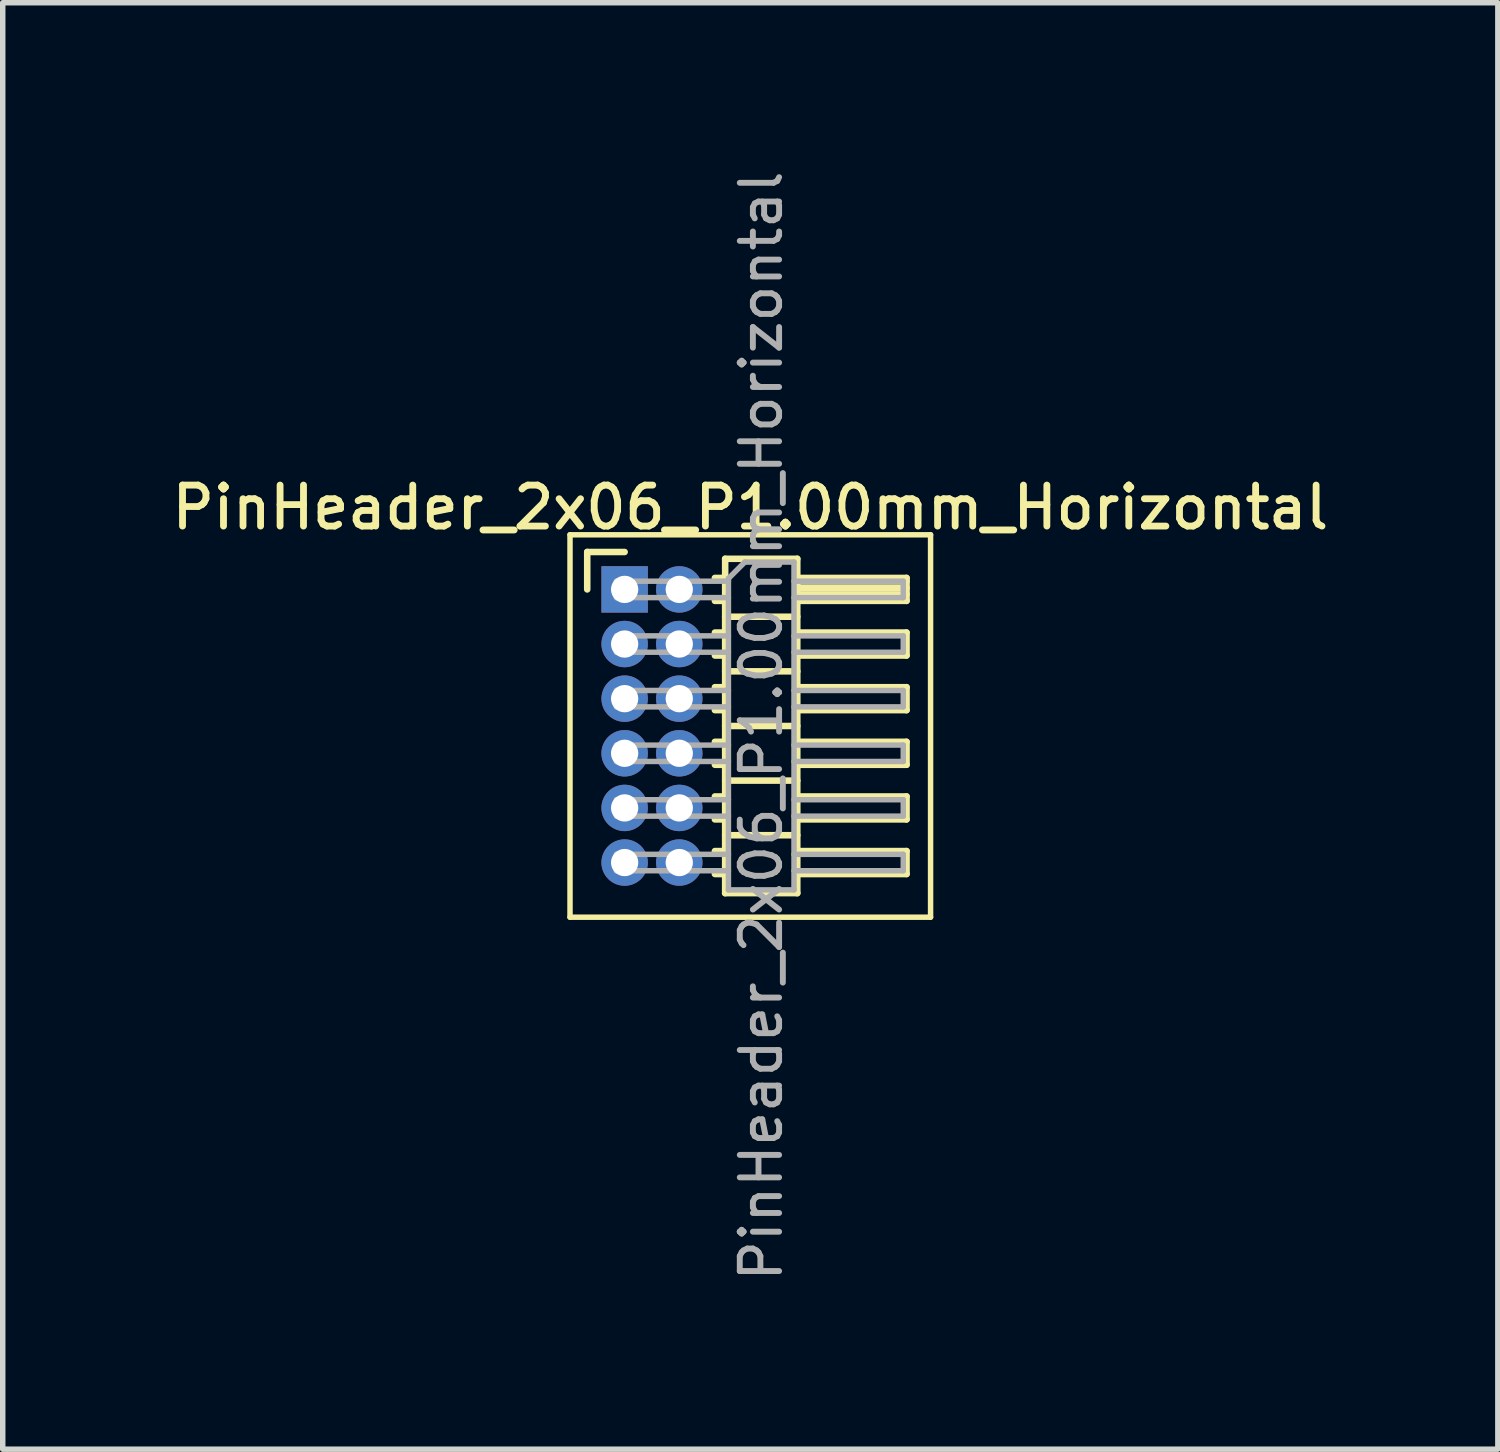
<source format=kicad_pcb>
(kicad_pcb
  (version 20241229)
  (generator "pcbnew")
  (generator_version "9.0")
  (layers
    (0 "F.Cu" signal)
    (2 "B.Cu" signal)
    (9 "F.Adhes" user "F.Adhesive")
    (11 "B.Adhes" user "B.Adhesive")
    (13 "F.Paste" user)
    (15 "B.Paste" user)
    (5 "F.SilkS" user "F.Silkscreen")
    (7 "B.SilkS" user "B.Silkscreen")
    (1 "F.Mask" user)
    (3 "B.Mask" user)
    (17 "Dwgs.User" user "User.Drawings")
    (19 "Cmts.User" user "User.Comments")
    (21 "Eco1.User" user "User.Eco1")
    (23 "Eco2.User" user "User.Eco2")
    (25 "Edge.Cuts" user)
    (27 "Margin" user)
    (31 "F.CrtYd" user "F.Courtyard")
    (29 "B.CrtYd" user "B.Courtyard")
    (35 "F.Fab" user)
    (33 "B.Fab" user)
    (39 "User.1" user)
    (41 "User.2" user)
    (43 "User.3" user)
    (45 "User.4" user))
  (footprint "PinHeader_2x06_P1.00mm_Horizontal"
    (layer "F.Cu")
    (at 8.384 7.739)
    (property "Reference" "PinHeader_2x06_P1.00mm_Horizontal" (at 2.3 -1.5 0) (layer "F.SilkS") (effects (font (size 0.75 0.75) (thickness 0.125))))
    (attr through_hole)
    (fp_line (start -1 -1) (end -1 6) (stroke (width 0.1) (type solid)) (layer "F.SilkS"))
    (fp_line (start -1 6) (end 5.6 6) (stroke (width 0.1) (type solid)) (layer "F.SilkS"))
    (fp_line (start -0.685 -0.685) (end 0 -0.685) (stroke (width 0.12) (type solid)) (layer "F.SilkS"))
    (fp_line (start -0.685 0) (end -0.685 -0.685) (stroke (width 0.12) (type solid)) (layer "F.SilkS"))
    (fp_line (start 1.652 -0.21) (end 1.84 -0.21) (stroke (width 0.12) (type solid)) (layer "F.SilkS"))
    (fp_line (start 1.652 0.21) (end 1.84 0.21) (stroke (width 0.12) (type solid)) (layer "F.SilkS"))
    (fp_line (start 1.652 0.79) (end 1.84 0.79) (stroke (width 0.12) (type solid)) (layer "F.SilkS"))
    (fp_line (start 1.652 1.21) (end 1.84 1.21) (stroke (width 0.12) (type solid)) (layer "F.SilkS"))
    (fp_line (start 1.652 1.79) (end 1.84 1.79) (stroke (width 0.12) (type solid)) (layer "F.SilkS"))
    (fp_line (start 1.652 2.21) (end 1.84 2.21) (stroke (width 0.12) (type solid)) (layer "F.SilkS"))
    (fp_line (start 1.652 2.79) (end 1.84 2.79) (stroke (width 0.12) (type solid)) (layer "F.SilkS"))
    (fp_line (start 1.652 3.21) (end 1.84 3.21) (stroke (width 0.12) (type solid)) (layer "F.SilkS"))
    (fp_line (start 1.652 3.79) (end 1.84 3.79) (stroke (width 0.12) (type solid)) (layer "F.SilkS"))
    (fp_line (start 1.652 4.21) (end 1.84 4.21) (stroke (width 0.12) (type solid)) (layer "F.SilkS"))
    (fp_line (start 1.652 4.79) (end 1.84 4.79) (stroke (width 0.12) (type solid)) (layer "F.SilkS"))
    (fp_line (start 1.652 5.21) (end 1.84 5.21) (stroke (width 0.12) (type solid)) (layer "F.SilkS"))
    (fp_line (start 1.84 -0.56) (end 1.84 5.56) (stroke (width 0.12) (type solid)) (layer "F.SilkS"))
    (fp_line (start 1.84 0.5) (end 3.16 0.5) (stroke (width 0.12) (type solid)) (layer "F.SilkS"))
    (fp_line (start 1.84 1.5) (end 3.16 1.5) (stroke (width 0.12) (type solid)) (layer "F.SilkS"))
    (fp_line (start 1.84 2.5) (end 3.16 2.5) (stroke (width 0.12) (type solid)) (layer "F.SilkS"))
    (fp_line (start 1.84 3.5) (end 3.16 3.5) (stroke (width 0.12) (type solid)) (layer "F.SilkS"))
    (fp_line (start 1.84 4.5) (end 3.16 4.5) (stroke (width 0.12) (type solid)) (layer "F.SilkS"))
    (fp_line (start 1.84 5.56) (end 3.16 5.56) (stroke (width 0.12) (type solid)) (layer "F.SilkS"))
    (fp_line (start 3.16 -0.56) (end 1.84 -0.56) (stroke (width 0.12) (type solid)) (layer "F.SilkS"))
    (fp_line (start 3.16 -0.21) (end 5.16 -0.21) (stroke (width 0.12) (type solid)) (layer "F.SilkS"))
    (fp_line (start 3.16 -0.15) (end 5.16 -0.15) (stroke (width 0.12) (type solid)) (layer "F.SilkS"))
    (fp_line (start 3.16 -0.03) (end 5.16 -0.03) (stroke (width 0.12) (type solid)) (layer "F.SilkS"))
    (fp_line (start 3.16 0.09) (end 5.16 0.09) (stroke (width 0.12) (type solid)) (layer "F.SilkS"))
    (fp_line (start 3.16 0.79) (end 5.16 0.79) (stroke (width 0.12) (type solid)) (layer "F.SilkS"))
    (fp_line (start 3.16 1.79) (end 5.16 1.79) (stroke (width 0.12) (type solid)) (layer "F.SilkS"))
    (fp_line (start 3.16 2.79) (end 5.16 2.79) (stroke (width 0.12) (type solid)) (layer "F.SilkS"))
    (fp_line (start 3.16 3.79) (end 5.16 3.79) (stroke (width 0.12) (type solid)) (layer "F.SilkS"))
    (fp_line (start 3.16 4.79) (end 5.16 4.79) (stroke (width 0.12) (type solid)) (layer "F.SilkS"))
    (fp_line (start 3.16 5.56) (end 3.16 -0.56) (stroke (width 0.12) (type solid)) (layer "F.SilkS"))
    (fp_line (start 5.16 -0.21) (end 5.16 0.21) (stroke (width 0.12) (type solid)) (layer "F.SilkS"))
    (fp_line (start 5.16 0.21) (end 3.16 0.21) (stroke (width 0.12) (type solid)) (layer "F.SilkS"))
    (fp_line (start 5.16 0.79) (end 5.16 1.21) (stroke (width 0.12) (type solid)) (layer "F.SilkS"))
    (fp_line (start 5.16 1.21) (end 3.16 1.21) (stroke (width 0.12) (type solid)) (layer "F.SilkS"))
    (fp_line (start 5.16 1.79) (end 5.16 2.21) (stroke (width 0.12) (type solid)) (layer "F.SilkS"))
    (fp_line (start 5.16 2.21) (end 3.16 2.21) (stroke (width 0.12) (type solid)) (layer "F.SilkS"))
    (fp_line (start 5.16 2.79) (end 5.16 3.21) (stroke (width 0.12) (type solid)) (layer "F.SilkS"))
    (fp_line (start 5.16 3.21) (end 3.16 3.21) (stroke (width 0.12) (type solid)) (layer "F.SilkS"))
    (fp_line (start 5.16 3.79) (end 5.16 4.21) (stroke (width 0.12) (type solid)) (layer "F.SilkS"))
    (fp_line (start 5.16 4.21) (end 3.16 4.21) (stroke (width 0.12) (type solid)) (layer "F.SilkS"))
    (fp_line (start 5.16 4.79) (end 5.16 5.21) (stroke (width 0.12) (type solid)) (layer "F.SilkS"))
    (fp_line (start 5.16 5.21) (end 3.16 5.21) (stroke (width 0.12) (type solid)) (layer "F.SilkS"))
    (fp_line (start 5.6 -1) (end -1 -1) (stroke (width 0.1) (type solid)) (layer "F.SilkS"))
    (fp_line (start 5.6 6) (end 5.6 -1) (stroke (width 0.1) (type solid)) (layer "F.SilkS"))
    (fp_line (start -0.15 -0.15) (end -0.15 0.15) (stroke (width 0.1) (type solid)) (layer "F.Fab"))
    (fp_line (start -0.15 -0.15) (end 1.9 -0.15) (stroke (width 0.1) (type solid)) (layer "F.Fab"))
    (fp_line (start -0.15 0.15) (end 1.9 0.15) (stroke (width 0.1) (type solid)) (layer "F.Fab"))
    (fp_line (start -0.15 0.85) (end -0.15 1.15) (stroke (width 0.1) (type solid)) (layer "F.Fab"))
    (fp_line (start -0.15 0.85) (end 1.9 0.85) (stroke (width 0.1) (type solid)) (layer "F.Fab"))
    (fp_line (start -0.15 1.15) (end 1.9 1.15) (stroke (width 0.1) (type solid)) (layer "F.Fab"))
    (fp_line (start -0.15 1.85) (end -0.15 2.15) (stroke (width 0.1) (type solid)) (layer "F.Fab"))
    (fp_line (start -0.15 1.85) (end 1.9 1.85) (stroke (width 0.1) (type solid)) (layer "F.Fab"))
    (fp_line (start -0.15 2.15) (end 1.9 2.15) (stroke (width 0.1) (type solid)) (layer "F.Fab"))
    (fp_line (start -0.15 2.85) (end -0.15 3.15) (stroke (width 0.1) (type solid)) (layer "F.Fab"))
    (fp_line (start -0.15 2.85) (end 1.9 2.85) (stroke (width 0.1) (type solid)) (layer "F.Fab"))
    (fp_line (start -0.15 3.15) (end 1.9 3.15) (stroke (width 0.1) (type solid)) (layer "F.Fab"))
    (fp_line (start -0.15 3.85) (end -0.15 4.15) (stroke (width 0.1) (type solid)) (layer "F.Fab"))
    (fp_line (start -0.15 3.85) (end 1.9 3.85) (stroke (width 0.1) (type solid)) (layer "F.Fab"))
    (fp_line (start -0.15 4.15) (end 1.9 4.15) (stroke (width 0.1) (type solid)) (layer "F.Fab"))
    (fp_line (start -0.15 4.85) (end -0.15 5.15) (stroke (width 0.1) (type solid)) (layer "F.Fab"))
    (fp_line (start -0.15 4.85) (end 1.9 4.85) (stroke (width 0.1) (type solid)) (layer "F.Fab"))
    (fp_line (start -0.15 5.15) (end 1.9 5.15) (stroke (width 0.1) (type solid)) (layer "F.Fab"))
    (fp_line (start 1.9 -0.2) (end 2.2 -0.5) (stroke (width 0.1) (type solid)) (layer "F.Fab"))
    (fp_line (start 1.9 5.5) (end 1.9 -0.2) (stroke (width 0.1) (type solid)) (layer "F.Fab"))
    (fp_line (start 2.2 -0.5) (end 3.1 -0.5) (stroke (width 0.1) (type solid)) (layer "F.Fab"))
    (fp_line (start 3.1 -0.5) (end 3.1 5.5) (stroke (width 0.1) (type solid)) (layer "F.Fab"))
    (fp_line (start 3.1 -0.15) (end 5.1 -0.15) (stroke (width 0.1) (type solid)) (layer "F.Fab"))
    (fp_line (start 3.1 0.15) (end 5.1 0.15) (stroke (width 0.1) (type solid)) (layer "F.Fab"))
    (fp_line (start 3.1 0.85) (end 5.1 0.85) (stroke (width 0.1) (type solid)) (layer "F.Fab"))
    (fp_line (start 3.1 1.15) (end 5.1 1.15) (stroke (width 0.1) (type solid)) (layer "F.Fab"))
    (fp_line (start 3.1 1.85) (end 5.1 1.85) (stroke (width 0.1) (type solid)) (layer "F.Fab"))
    (fp_line (start 3.1 2.15) (end 5.1 2.15) (stroke (width 0.1) (type solid)) (layer "F.Fab"))
    (fp_line (start 3.1 2.85) (end 5.1 2.85) (stroke (width 0.1) (type solid)) (layer "F.Fab"))
    (fp_line (start 3.1 3.15) (end 5.1 3.15) (stroke (width 0.1) (type solid)) (layer "F.Fab"))
    (fp_line (start 3.1 3.85) (end 5.1 3.85) (stroke (width 0.1) (type solid)) (layer "F.Fab"))
    (fp_line (start 3.1 4.15) (end 5.1 4.15) (stroke (width 0.1) (type solid)) (layer "F.Fab"))
    (fp_line (start 3.1 4.85) (end 5.1 4.85) (stroke (width 0.1) (type solid)) (layer "F.Fab"))
    (fp_line (start 3.1 5.15) (end 5.1 5.15) (stroke (width 0.1) (type solid)) (layer "F.Fab"))
    (fp_line (start 3.1 5.5) (end 1.9 5.5) (stroke (width 0.1) (type solid)) (layer "F.Fab"))
    (fp_line (start 5.1 -0.15) (end 5.1 0.15) (stroke (width 0.1) (type solid)) (layer "F.Fab"))
    (fp_line (start 5.1 0.85) (end 5.1 1.15) (stroke (width 0.1) (type solid)) (layer "F.Fab"))
    (fp_line (start 5.1 1.85) (end 5.1 2.15) (stroke (width 0.1) (type solid)) (layer "F.Fab"))
    (fp_line (start 5.1 2.85) (end 5.1 3.15) (stroke (width 0.1) (type solid)) (layer "F.Fab"))
    (fp_line (start 5.1 3.85) (end 5.1 4.15) (stroke (width 0.1) (type solid)) (layer "F.Fab"))
    (fp_line (start 5.1 4.85) (end 5.1 5.15) (stroke (width 0.1) (type solid)) (layer "F.Fab"))
    (fp_text user "${REFERENCE}" (at 2.5 2.5 90) (layer "F.Fab") (effects (font (size 0.72 0.72) (thickness 0.108))))
    (pad "1" thru_hole rect (at 0 0) (size 0.85 0.85) (drill 0.5) (layers "*.Cu" "*.Mask"))
    (pad "2" thru_hole oval (at 1 0) (size 0.85 0.85) (drill 0.5) (layers "*.Cu" "*.Mask"))
    (pad "3" thru_hole oval (at 0 1) (size 0.85 0.85) (drill 0.5) (layers "*.Cu" "*.Mask"))
    (pad "4" thru_hole oval (at 1 1) (size 0.85 0.85) (drill 0.5) (layers "*.Cu" "*.Mask"))
    (pad "5" thru_hole oval (at 0 2) (size 0.85 0.85) (drill 0.5) (layers "*.Cu" "*.Mask"))
    (pad "6" thru_hole oval (at 1 2) (size 0.85 0.85) (drill 0.5) (layers "*.Cu" "*.Mask"))
    (pad "7" thru_hole oval (at 0 3) (size 0.85 0.85) (drill 0.5) (layers "*.Cu" "*.Mask"))
    (pad "8" thru_hole oval (at 1 3) (size 0.85 0.85) (drill 0.5) (layers "*.Cu" "*.Mask"))
    (pad "9" thru_hole oval (at 0 4) (size 0.85 0.85) (drill 0.5) (layers "*.Cu" "*.Mask"))
    (pad "10" thru_hole oval (at 1 4) (size 0.85 0.85) (drill 0.5) (layers "*.Cu" "*.Mask"))
    (pad "11" thru_hole oval (at 0 5) (size 0.85 0.85) (drill 0.5) (layers "*.Cu" "*.Mask"))
    (pad "12" thru_hole oval (at 1 5) (size 0.85 0.85) (drill 0.5) (layers "*.Cu" "*.Mask")))
  (gr_rect
    (start -3 -3)
    (end 24.368 23.477)
    (stroke (width 0.1) (type default))
    (fill no)
    (layer "Edge.Cuts")))
</source>
